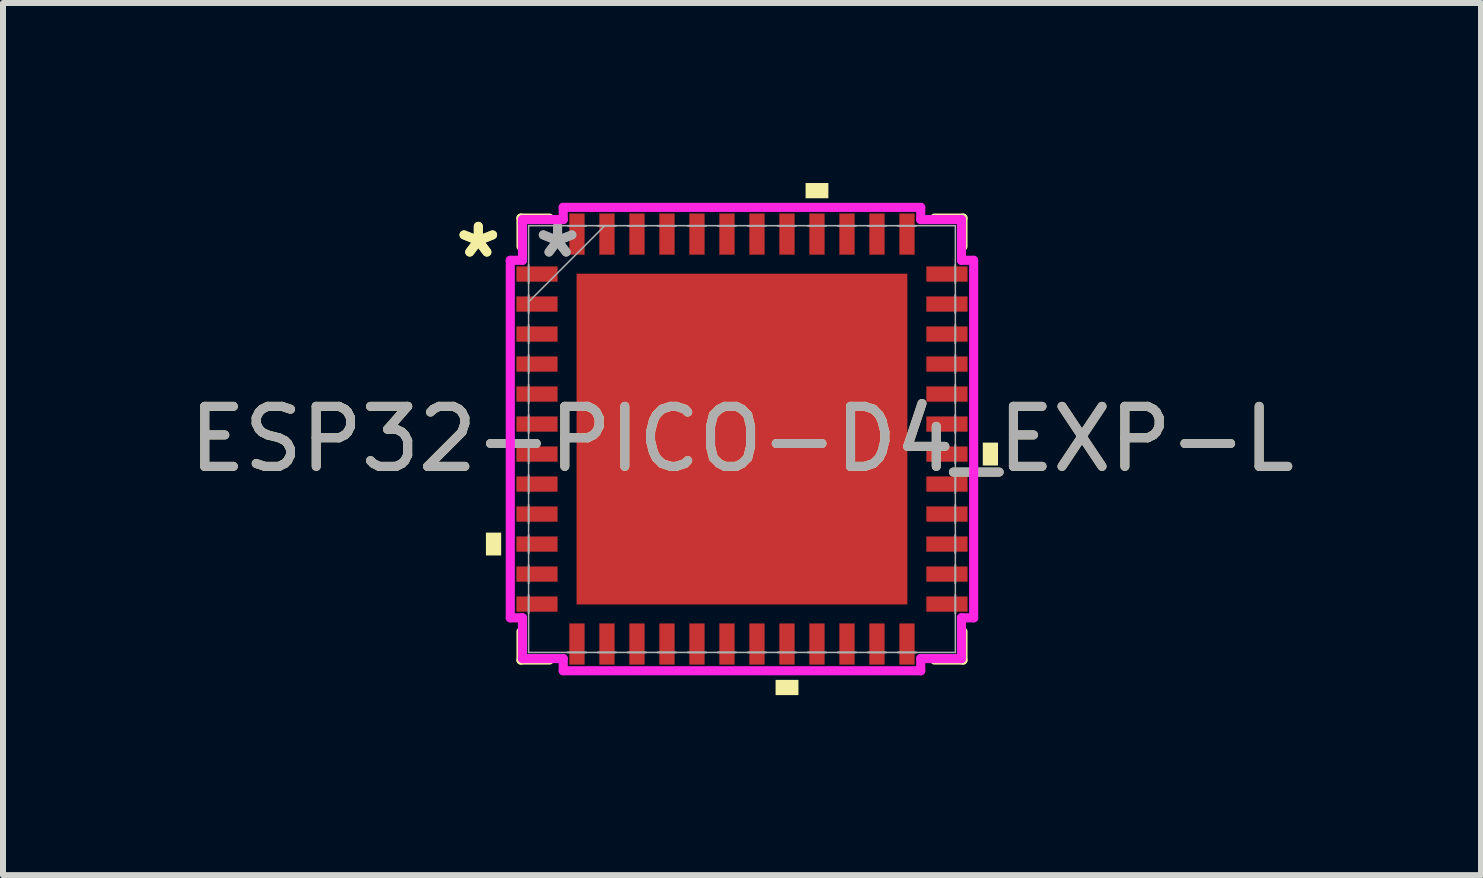
<source format=kicad_pcb>
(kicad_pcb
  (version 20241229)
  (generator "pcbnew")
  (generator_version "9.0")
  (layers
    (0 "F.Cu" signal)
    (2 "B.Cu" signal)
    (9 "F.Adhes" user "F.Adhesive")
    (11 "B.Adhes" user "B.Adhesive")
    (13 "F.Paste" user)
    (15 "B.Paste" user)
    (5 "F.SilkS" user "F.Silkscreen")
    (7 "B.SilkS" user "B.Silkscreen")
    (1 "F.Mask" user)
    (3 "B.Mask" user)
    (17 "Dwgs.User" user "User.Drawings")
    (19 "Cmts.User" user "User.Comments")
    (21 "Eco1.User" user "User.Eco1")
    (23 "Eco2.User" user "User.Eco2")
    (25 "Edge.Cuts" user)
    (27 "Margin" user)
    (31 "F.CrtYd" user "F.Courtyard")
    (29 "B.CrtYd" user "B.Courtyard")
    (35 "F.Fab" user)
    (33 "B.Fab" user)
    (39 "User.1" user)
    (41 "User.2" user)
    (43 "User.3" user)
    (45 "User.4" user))
  (footprint "ESP32-PICO-D4_EXP-L"
    (layer "F.Cu")
    (at 9.315 4.267)
    (property "Reference" "ESP32-PICO-D4_EXP-L" (at 0 0 0) (unlocked yes) (layer "F.SilkS") (effects (font (size 1 1) (thickness 0.15))))
    (attr smd)
    (fp_line (start -3.683 -3.683) (end -3.683 -3.21) (stroke (width 0.152) (type solid)) (layer "F.SilkS"))
    (fp_line (start -3.683 3.21) (end -3.683 3.683) (stroke (width 0.152) (type solid)) (layer "F.SilkS"))
    (fp_line (start -3.683 3.683) (end -3.21 3.683) (stroke (width 0.152) (type solid)) (layer "F.SilkS"))
    (fp_line (start -3.21 -3.683) (end -3.683 -3.683) (stroke (width 0.152) (type solid)) (layer "F.SilkS"))
    (fp_line (start 3.21 3.683) (end 3.683 3.683) (stroke (width 0.152) (type solid)) (layer "F.SilkS"))
    (fp_line (start 3.683 -3.683) (end 3.21 -3.683) (stroke (width 0.152) (type solid)) (layer "F.SilkS"))
    (fp_line (start 3.683 -3.21) (end 3.683 -3.683) (stroke (width 0.152) (type solid)) (layer "F.SilkS"))
    (fp_line (start 3.683 3.683) (end 3.683 3.21) (stroke (width 0.152) (type solid)) (layer "F.SilkS"))
    (fp_poly (pts (xy -4.267 1.559) (xy -4.267 1.94) (xy -4.013 1.94) (xy -4.013 1.559)) (stroke (width 0) (type solid)) (fill yes) (layer "F.SilkS"))
    (fp_poly (pts (xy 0.56 4.013) (xy 0.56 4.267) (xy 0.941 4.267) (xy 0.941 4.013)) (stroke (width 0) (type solid)) (fill yes) (layer "F.SilkS"))
    (fp_poly (pts (xy 1.06 -4.013) (xy 1.06 -4.267) (xy 1.44 -4.267) (xy 1.44 -4.013)) (stroke (width 0) (type solid)) (fill yes) (layer "F.SilkS"))
    (fp_poly (pts (xy 4.267 0.059) (xy 4.267 0.441) (xy 4.013 0.441) (xy 4.013 0.059)) (stroke (width 0) (type solid)) (fill yes) (layer "F.SilkS"))
    (fp_poly (pts (xy -2.656 -2.656) (xy -2.656 -1.478) (xy -1.478 -1.478) (xy -1.478 -2.656)) (stroke (width 0) (type solid)) (fill yes) (layer "F.Paste"))
    (fp_poly (pts (xy -2.656 -1.278) (xy -2.656 -0.1) (xy -1.478 -0.1) (xy -1.478 -1.278)) (stroke (width 0) (type solid)) (fill yes) (layer "F.Paste"))
    (fp_poly (pts (xy -2.656 0.1) (xy -2.656 1.278) (xy -1.478 1.278) (xy -1.478 0.1)) (stroke (width 0) (type solid)) (fill yes) (layer "F.Paste"))
    (fp_poly (pts (xy -2.656 1.478) (xy -2.656 2.656) (xy -1.478 2.656) (xy -1.478 1.478)) (stroke (width 0) (type solid)) (fill yes) (layer "F.Paste"))
    (fp_poly (pts (xy -1.278 -2.656) (xy -1.278 -1.478) (xy -0.1 -1.478) (xy -0.1 -2.656)) (stroke (width 0) (type solid)) (fill yes) (layer "F.Paste"))
    (fp_poly (pts (xy -1.278 -1.278) (xy -1.278 -0.1) (xy -0.1 -0.1) (xy -0.1 -1.278)) (stroke (width 0) (type solid)) (fill yes) (layer "F.Paste"))
    (fp_poly (pts (xy -1.278 0.1) (xy -1.278 1.278) (xy -0.1 1.278) (xy -0.1 0.1)) (stroke (width 0) (type solid)) (fill yes) (layer "F.Paste"))
    (fp_poly (pts (xy -1.278 1.478) (xy -1.278 2.656) (xy -0.1 2.656) (xy -0.1 1.478)) (stroke (width 0) (type solid)) (fill yes) (layer "F.Paste"))
    (fp_poly (pts (xy 0.1 -2.656) (xy 0.1 -1.478) (xy 1.278 -1.478) (xy 1.278 -2.656)) (stroke (width 0) (type solid)) (fill yes) (layer "F.Paste"))
    (fp_poly (pts (xy 0.1 -1.278) (xy 0.1 -0.1) (xy 1.278 -0.1) (xy 1.278 -1.278)) (stroke (width 0) (type solid)) (fill yes) (layer "F.Paste"))
    (fp_poly (pts (xy 0.1 0.1) (xy 0.1 1.278) (xy 1.278 1.278) (xy 1.278 0.1)) (stroke (width 0) (type solid)) (fill yes) (layer "F.Paste"))
    (fp_poly (pts (xy 0.1 1.478) (xy 0.1 2.656) (xy 1.278 2.656) (xy 1.278 1.478)) (stroke (width 0) (type solid)) (fill yes) (layer "F.Paste"))
    (fp_poly (pts (xy 1.478 -2.656) (xy 1.478 -1.478) (xy 2.656 -1.478) (xy 2.656 -2.656)) (stroke (width 0) (type solid)) (fill yes) (layer "F.Paste"))
    (fp_poly (pts (xy 1.478 -1.278) (xy 1.478 -0.1) (xy 2.656 -0.1) (xy 2.656 -1.278)) (stroke (width 0) (type solid)) (fill yes) (layer "F.Paste"))
    (fp_poly (pts (xy 1.478 0.1) (xy 1.478 1.278) (xy 2.656 1.278) (xy 2.656 0.1)) (stroke (width 0) (type solid)) (fill yes) (layer "F.Paste"))
    (fp_poly (pts (xy 1.478 1.478) (xy 1.478 2.656) (xy 2.656 2.656) (xy 2.656 1.478)) (stroke (width 0) (type solid)) (fill yes) (layer "F.Paste"))
    (fp_line (start -3.861 -2.979) (end -3.658 -2.979) (stroke (width 0.152) (type solid)) (layer "F.CrtYd"))
    (fp_line (start -3.861 2.979) (end -3.861 -2.979) (stroke (width 0.152) (type solid)) (layer "F.CrtYd"))
    (fp_line (start -3.658 -3.658) (end -2.979 -3.658) (stroke (width 0.152) (type solid)) (layer "F.CrtYd"))
    (fp_line (start -3.658 -2.979) (end -3.658 -3.658) (stroke (width 0.152) (type solid)) (layer "F.CrtYd"))
    (fp_line (start -3.658 2.979) (end -3.861 2.979) (stroke (width 0.152) (type solid)) (layer "F.CrtYd"))
    (fp_line (start -3.658 3.658) (end -3.658 2.979) (stroke (width 0.152) (type solid)) (layer "F.CrtYd"))
    (fp_line (start -2.979 -3.861) (end 2.979 -3.861) (stroke (width 0.152) (type solid)) (layer "F.CrtYd"))
    (fp_line (start -2.979 -3.658) (end -2.979 -3.861) (stroke (width 0.152) (type solid)) (layer "F.CrtYd"))
    (fp_line (start -2.979 3.658) (end -3.658 3.658) (stroke (width 0.152) (type solid)) (layer "F.CrtYd"))
    (fp_line (start -2.979 3.861) (end -2.979 3.658) (stroke (width 0.152) (type solid)) (layer "F.CrtYd"))
    (fp_line (start 2.979 -3.861) (end 2.979 -3.658) (stroke (width 0.152) (type solid)) (layer "F.CrtYd"))
    (fp_line (start 2.979 -3.658) (end 3.658 -3.658) (stroke (width 0.152) (type solid)) (layer "F.CrtYd"))
    (fp_line (start 2.979 3.658) (end 2.979 3.861) (stroke (width 0.152) (type solid)) (layer "F.CrtYd"))
    (fp_line (start 2.979 3.861) (end -2.979 3.861) (stroke (width 0.152) (type solid)) (layer "F.CrtYd"))
    (fp_line (start 3.658 -3.658) (end 3.658 -2.979) (stroke (width 0.152) (type solid)) (layer "F.CrtYd"))
    (fp_line (start 3.658 -2.979) (end 3.861 -2.979) (stroke (width 0.152) (type solid)) (layer "F.CrtYd"))
    (fp_line (start 3.658 2.979) (end 3.658 3.658) (stroke (width 0.152) (type solid)) (layer "F.CrtYd"))
    (fp_line (start 3.658 3.658) (end 2.979 3.658) (stroke (width 0.152) (type solid)) (layer "F.CrtYd"))
    (fp_line (start 3.861 -2.979) (end 3.861 2.979) (stroke (width 0.152) (type solid)) (layer "F.CrtYd"))
    (fp_line (start 3.861 2.979) (end 3.658 2.979) (stroke (width 0.152) (type solid)) (layer "F.CrtYd"))
    (fp_line (start -3.556 -3.556) (end -3.556 -3.556) (stroke (width 0.025) (type solid)) (layer "F.Fab"))
    (fp_line (start -3.556 -3.556) (end -3.556 3.556) (stroke (width 0.025) (type solid)) (layer "F.Fab"))
    (fp_line (start -3.556 -2.902) (end -3.556 -2.902) (stroke (width 0.025) (type solid)) (layer "F.Fab"))
    (fp_line (start -3.556 -2.902) (end -3.556 -2.598) (stroke (width 0.025) (type solid)) (layer "F.Fab"))
    (fp_line (start -3.556 -2.598) (end -3.556 -2.902) (stroke (width 0.025) (type solid)) (layer "F.Fab"))
    (fp_line (start -3.556 -2.598) (end -3.556 -2.598) (stroke (width 0.025) (type solid)) (layer "F.Fab"))
    (fp_line (start -3.556 -2.402) (end -3.556 -2.402) (stroke (width 0.025) (type solid)) (layer "F.Fab"))
    (fp_line (start -3.556 -2.402) (end -3.556 -2.098) (stroke (width 0.025) (type solid)) (layer "F.Fab"))
    (fp_line (start -3.556 -2.286) (end -2.286 -3.556) (stroke (width 0.025) (type solid)) (layer "F.Fab"))
    (fp_line (start -3.556 -2.098) (end -3.556 -2.402) (stroke (width 0.025) (type solid)) (layer "F.Fab"))
    (fp_line (start -3.556 -2.098) (end -3.556 -2.098) (stroke (width 0.025) (type solid)) (layer "F.Fab"))
    (fp_line (start -3.556 -1.902) (end -3.556 -1.902) (stroke (width 0.025) (type solid)) (layer "F.Fab"))
    (fp_line (start -3.556 -1.902) (end -3.556 -1.598) (stroke (width 0.025) (type solid)) (layer "F.Fab"))
    (fp_line (start -3.556 -1.598) (end -3.556 -1.902) (stroke (width 0.025) (type solid)) (layer "F.Fab"))
    (fp_line (start -3.556 -1.598) (end -3.556 -1.598) (stroke (width 0.025) (type solid)) (layer "F.Fab"))
    (fp_line (start -3.556 -1.402) (end -3.556 -1.402) (stroke (width 0.025) (type solid)) (layer "F.Fab"))
    (fp_line (start -3.556 -1.402) (end -3.556 -1.098) (stroke (width 0.025) (type solid)) (layer "F.Fab"))
    (fp_line (start -3.556 -1.098) (end -3.556 -1.402) (stroke (width 0.025) (type solid)) (layer "F.Fab"))
    (fp_line (start -3.556 -1.098) (end -3.556 -1.098) (stroke (width 0.025) (type solid)) (layer "F.Fab"))
    (fp_line (start -3.556 -0.902) (end -3.556 -0.902) (stroke (width 0.025) (type solid)) (layer "F.Fab"))
    (fp_line (start -3.556 -0.902) (end -3.556 -0.598) (stroke (width 0.025) (type solid)) (layer "F.Fab"))
    (fp_line (start -3.556 -0.598) (end -3.556 -0.902) (stroke (width 0.025) (type solid)) (layer "F.Fab"))
    (fp_line (start -3.556 -0.598) (end -3.556 -0.598) (stroke (width 0.025) (type solid)) (layer "F.Fab"))
    (fp_line (start -3.556 -0.402) (end -3.556 -0.402) (stroke (width 0.025) (type solid)) (layer "F.Fab"))
    (fp_line (start -3.556 -0.402) (end -3.556 -0.098) (stroke (width 0.025) (type solid)) (layer "F.Fab"))
    (fp_line (start -3.556 -0.098) (end -3.556 -0.402) (stroke (width 0.025) (type solid)) (layer "F.Fab"))
    (fp_line (start -3.556 -0.098) (end -3.556 -0.098) (stroke (width 0.025) (type solid)) (layer "F.Fab"))
    (fp_line (start -3.556 0.098) (end -3.556 0.098) (stroke (width 0.025) (type solid)) (layer "F.Fab"))
    (fp_line (start -3.556 0.098) (end -3.556 0.402) (stroke (width 0.025) (type solid)) (layer "F.Fab"))
    (fp_line (start -3.556 0.402) (end -3.556 0.098) (stroke (width 0.025) (type solid)) (layer "F.Fab"))
    (fp_line (start -3.556 0.402) (end -3.556 0.402) (stroke (width 0.025) (type solid)) (layer "F.Fab"))
    (fp_line (start -3.556 0.598) (end -3.556 0.598) (stroke (width 0.025) (type solid)) (layer "F.Fab"))
    (fp_line (start -3.556 0.598) (end -3.556 0.902) (stroke (width 0.025) (type solid)) (layer "F.Fab"))
    (fp_line (start -3.556 0.902) (end -3.556 0.598) (stroke (width 0.025) (type solid)) (layer "F.Fab"))
    (fp_line (start -3.556 0.902) (end -3.556 0.902) (stroke (width 0.025) (type solid)) (layer "F.Fab"))
    (fp_line (start -3.556 1.098) (end -3.556 1.098) (stroke (width 0.025) (type solid)) (layer "F.Fab"))
    (fp_line (start -3.556 1.098) (end -3.556 1.402) (stroke (width 0.025) (type solid)) (layer "F.Fab"))
    (fp_line (start -3.556 1.402) (end -3.556 1.098) (stroke (width 0.025) (type solid)) (layer "F.Fab"))
    (fp_line (start -3.556 1.402) (end -3.556 1.402) (stroke (width 0.025) (type solid)) (layer "F.Fab"))
    (fp_line (start -3.556 1.598) (end -3.556 1.598) (stroke (width 0.025) (type solid)) (layer "F.Fab"))
    (fp_line (start -3.556 1.598) (end -3.556 1.902) (stroke (width 0.025) (type solid)) (layer "F.Fab"))
    (fp_line (start -3.556 1.902) (end -3.556 1.598) (stroke (width 0.025) (type solid)) (layer "F.Fab"))
    (fp_line (start -3.556 1.902) (end -3.556 1.902) (stroke (width 0.025) (type solid)) (layer "F.Fab"))
    (fp_line (start -3.556 2.098) (end -3.556 2.098) (stroke (width 0.025) (type solid)) (layer "F.Fab"))
    (fp_line (start -3.556 2.098) (end -3.556 2.402) (stroke (width 0.025) (type solid)) (layer "F.Fab"))
    (fp_line (start -3.556 2.402) (end -3.556 2.098) (stroke (width 0.025) (type solid)) (layer "F.Fab"))
    (fp_line (start -3.556 2.402) (end -3.556 2.402) (stroke (width 0.025) (type solid)) (layer "F.Fab"))
    (fp_line (start -3.556 2.598) (end -3.556 2.598) (stroke (width 0.025) (type solid)) (layer "F.Fab"))
    (fp_line (start -3.556 2.598) (end -3.556 2.902) (stroke (width 0.025) (type solid)) (layer "F.Fab"))
    (fp_line (start -3.556 2.902) (end -3.556 2.598) (stroke (width 0.025) (type solid)) (layer "F.Fab"))
    (fp_line (start -3.556 2.902) (end -3.556 2.902) (stroke (width 0.025) (type solid)) (layer "F.Fab"))
    (fp_line (start -3.556 3.556) (end -3.556 3.556) (stroke (width 0.025) (type solid)) (layer "F.Fab"))
    (fp_line (start -3.556 3.556) (end 3.556 3.556) (stroke (width 0.025) (type solid)) (layer "F.Fab"))
    (fp_line (start -2.902 -3.556) (end -2.902 -3.556) (stroke (width 0.025) (type solid)) (layer "F.Fab"))
    (fp_line (start -2.902 -3.556) (end -2.598 -3.556) (stroke (width 0.025) (type solid)) (layer "F.Fab"))
    (fp_line (start -2.902 3.556) (end -2.902 3.556) (stroke (width 0.025) (type solid)) (layer "F.Fab"))
    (fp_line (start -2.902 3.556) (end -2.598 3.556) (stroke (width 0.025) (type solid)) (layer "F.Fab"))
    (fp_line (start -2.598 -3.556) (end -2.902 -3.556) (stroke (width 0.025) (type solid)) (layer "F.Fab"))
    (fp_line (start -2.598 -3.556) (end -2.598 -3.556) (stroke (width 0.025) (type solid)) (layer "F.Fab"))
    (fp_line (start -2.598 3.556) (end -2.902 3.556) (stroke (width 0.025) (type solid)) (layer "F.Fab"))
    (fp_line (start -2.598 3.556) (end -2.598 3.556) (stroke (width 0.025) (type solid)) (layer "F.Fab"))
    (fp_line (start -2.402 -3.556) (end -2.402 -3.556) (stroke (width 0.025) (type solid)) (layer "F.Fab"))
    (fp_line (start -2.402 -3.556) (end -2.098 -3.556) (stroke (width 0.025) (type solid)) (layer "F.Fab"))
    (fp_line (start -2.402 3.556) (end -2.402 3.556) (stroke (width 0.025) (type solid)) (layer "F.Fab"))
    (fp_line (start -2.402 3.556) (end -2.098 3.556) (stroke (width 0.025) (type solid)) (layer "F.Fab"))
    (fp_line (start -2.098 -3.556) (end -2.402 -3.556) (stroke (width 0.025) (type solid)) (layer "F.Fab"))
    (fp_line (start -2.098 -3.556) (end -2.098 -3.556) (stroke (width 0.025) (type solid)) (layer "F.Fab"))
    (fp_line (start -2.098 3.556) (end -2.402 3.556) (stroke (width 0.025) (type solid)) (layer "F.Fab"))
    (fp_line (start -2.098 3.556) (end -2.098 3.556) (stroke (width 0.025) (type solid)) (layer "F.Fab"))
    (fp_line (start -1.902 -3.556) (end -1.902 -3.556) (stroke (width 0.025) (type solid)) (layer "F.Fab"))
    (fp_line (start -1.902 -3.556) (end -1.598 -3.556) (stroke (width 0.025) (type solid)) (layer "F.Fab"))
    (fp_line (start -1.902 3.556) (end -1.902 3.556) (stroke (width 0.025) (type solid)) (layer "F.Fab"))
    (fp_line (start -1.902 3.556) (end -1.598 3.556) (stroke (width 0.025) (type solid)) (layer "F.Fab"))
    (fp_line (start -1.598 -3.556) (end -1.902 -3.556) (stroke (width 0.025) (type solid)) (layer "F.Fab"))
    (fp_line (start -1.598 -3.556) (end -1.598 -3.556) (stroke (width 0.025) (type solid)) (layer "F.Fab"))
    (fp_line (start -1.598 3.556) (end -1.902 3.556) (stroke (width 0.025) (type solid)) (layer "F.Fab"))
    (fp_line (start -1.598 3.556) (end -1.598 3.556) (stroke (width 0.025) (type solid)) (layer "F.Fab"))
    (fp_line (start -1.402 -3.556) (end -1.402 -3.556) (stroke (width 0.025) (type solid)) (layer "F.Fab"))
    (fp_line (start -1.402 -3.556) (end -1.098 -3.556) (stroke (width 0.025) (type solid)) (layer "F.Fab"))
    (fp_line (start -1.402 3.556) (end -1.402 3.556) (stroke (width 0.025) (type solid)) (layer "F.Fab"))
    (fp_line (start -1.402 3.556) (end -1.098 3.556) (stroke (width 0.025) (type solid)) (layer "F.Fab"))
    (fp_line (start -1.098 -3.556) (end -1.402 -3.556) (stroke (width 0.025) (type solid)) (layer "F.Fab"))
    (fp_line (start -1.098 -3.556) (end -1.098 -3.556) (stroke (width 0.025) (type solid)) (layer "F.Fab"))
    (fp_line (start -1.098 3.556) (end -1.402 3.556) (stroke (width 0.025) (type solid)) (layer "F.Fab"))
    (fp_line (start -1.098 3.556) (end -1.098 3.556) (stroke (width 0.025) (type solid)) (layer "F.Fab"))
    (fp_line (start -0.902 -3.556) (end -0.902 -3.556) (stroke (width 0.025) (type solid)) (layer "F.Fab"))
    (fp_line (start -0.902 -3.556) (end -0.598 -3.556) (stroke (width 0.025) (type solid)) (layer "F.Fab"))
    (fp_line (start -0.902 3.556) (end -0.902 3.556) (stroke (width 0.025) (type solid)) (layer "F.Fab"))
    (fp_line (start -0.902 3.556) (end -0.598 3.556) (stroke (width 0.025) (type solid)) (layer "F.Fab"))
    (fp_line (start -0.598 -3.556) (end -0.902 -3.556) (stroke (width 0.025) (type solid)) (layer "F.Fab"))
    (fp_line (start -0.598 -3.556) (end -0.598 -3.556) (stroke (width 0.025) (type solid)) (layer "F.Fab"))
    (fp_line (start -0.598 3.556) (end -0.902 3.556) (stroke (width 0.025) (type solid)) (layer "F.Fab"))
    (fp_line (start -0.598 3.556) (end -0.598 3.556) (stroke (width 0.025) (type solid)) (layer "F.Fab"))
    (fp_line (start -0.402 -3.556) (end -0.402 -3.556) (stroke (width 0.025) (type solid)) (layer "F.Fab"))
    (fp_line (start -0.402 -3.556) (end -0.098 -3.556) (stroke (width 0.025) (type solid)) (layer "F.Fab"))
    (fp_line (start -0.402 3.556) (end -0.402 3.556) (stroke (width 0.025) (type solid)) (layer "F.Fab"))
    (fp_line (start -0.402 3.556) (end -0.098 3.556) (stroke (width 0.025) (type solid)) (layer "F.Fab"))
    (fp_line (start -0.098 -3.556) (end -0.402 -3.556) (stroke (width 0.025) (type solid)) (layer "F.Fab"))
    (fp_line (start -0.098 -3.556) (end -0.098 -3.556) (stroke (width 0.025) (type solid)) (layer "F.Fab"))
    (fp_line (start -0.098 3.556) (end -0.402 3.556) (stroke (width 0.025) (type solid)) (layer "F.Fab"))
    (fp_line (start -0.098 3.556) (end -0.098 3.556) (stroke (width 0.025) (type solid)) (layer "F.Fab"))
    (fp_line (start 0.098 -3.556) (end 0.098 -3.556) (stroke (width 0.025) (type solid)) (layer "F.Fab"))
    (fp_line (start 0.098 -3.556) (end 0.402 -3.556) (stroke (width 0.025) (type solid)) (layer "F.Fab"))
    (fp_line (start 0.098 3.556) (end 0.098 3.556) (stroke (width 0.025) (type solid)) (layer "F.Fab"))
    (fp_line (start 0.098 3.556) (end 0.402 3.556) (stroke (width 0.025) (type solid)) (layer "F.Fab"))
    (fp_line (start 0.402 -3.556) (end 0.098 -3.556) (stroke (width 0.025) (type solid)) (layer "F.Fab"))
    (fp_line (start 0.402 -3.556) (end 0.402 -3.556) (stroke (width 0.025) (type solid)) (layer "F.Fab"))
    (fp_line (start 0.402 3.556) (end 0.098 3.556) (stroke (width 0.025) (type solid)) (layer "F.Fab"))
    (fp_line (start 0.402 3.556) (end 0.402 3.556) (stroke (width 0.025) (type solid)) (layer "F.Fab"))
    (fp_line (start 0.598 -3.556) (end 0.598 -3.556) (stroke (width 0.025) (type solid)) (layer "F.Fab"))
    (fp_line (start 0.598 -3.556) (end 0.902 -3.556) (stroke (width 0.025) (type solid)) (layer "F.Fab"))
    (fp_line (start 0.598 3.556) (end 0.598 3.556) (stroke (width 0.025) (type solid)) (layer "F.Fab"))
    (fp_line (start 0.598 3.556) (end 0.902 3.556) (stroke (width 0.025) (type solid)) (layer "F.Fab"))
    (fp_line (start 0.902 -3.556) (end 0.598 -3.556) (stroke (width 0.025) (type solid)) (layer "F.Fab"))
    (fp_line (start 0.902 -3.556) (end 0.902 -3.556) (stroke (width 0.025) (type solid)) (layer "F.Fab"))
    (fp_line (start 0.902 3.556) (end 0.598 3.556) (stroke (width 0.025) (type solid)) (layer "F.Fab"))
    (fp_line (start 0.902 3.556) (end 0.902 3.556) (stroke (width 0.025) (type solid)) (layer "F.Fab"))
    (fp_line (start 1.098 -3.556) (end 1.098 -3.556) (stroke (width 0.025) (type solid)) (layer "F.Fab"))
    (fp_line (start 1.098 -3.556) (end 1.402 -3.556) (stroke (width 0.025) (type solid)) (layer "F.Fab"))
    (fp_line (start 1.098 3.556) (end 1.098 3.556) (stroke (width 0.025) (type solid)) (layer "F.Fab"))
    (fp_line (start 1.098 3.556) (end 1.402 3.556) (stroke (width 0.025) (type solid)) (layer "F.Fab"))
    (fp_line (start 1.402 -3.556) (end 1.098 -3.556) (stroke (width 0.025) (type solid)) (layer "F.Fab"))
    (fp_line (start 1.402 -3.556) (end 1.402 -3.556) (stroke (width 0.025) (type solid)) (layer "F.Fab"))
    (fp_line (start 1.402 3.556) (end 1.098 3.556) (stroke (width 0.025) (type solid)) (layer "F.Fab"))
    (fp_line (start 1.402 3.556) (end 1.402 3.556) (stroke (width 0.025) (type solid)) (layer "F.Fab"))
    (fp_line (start 1.598 -3.556) (end 1.598 -3.556) (stroke (width 0.025) (type solid)) (layer "F.Fab"))
    (fp_line (start 1.598 -3.556) (end 1.902 -3.556) (stroke (width 0.025) (type solid)) (layer "F.Fab"))
    (fp_line (start 1.598 3.556) (end 1.598 3.556) (stroke (width 0.025) (type solid)) (layer "F.Fab"))
    (fp_line (start 1.598 3.556) (end 1.902 3.556) (stroke (width 0.025) (type solid)) (layer "F.Fab"))
    (fp_line (start 1.902 -3.556) (end 1.598 -3.556) (stroke (width 0.025) (type solid)) (layer "F.Fab"))
    (fp_line (start 1.902 -3.556) (end 1.902 -3.556) (stroke (width 0.025) (type solid)) (layer "F.Fab"))
    (fp_line (start 1.902 3.556) (end 1.598 3.556) (stroke (width 0.025) (type solid)) (layer "F.Fab"))
    (fp_line (start 1.902 3.556) (end 1.902 3.556) (stroke (width 0.025) (type solid)) (layer "F.Fab"))
    (fp_line (start 2.098 -3.556) (end 2.098 -3.556) (stroke (width 0.025) (type solid)) (layer "F.Fab"))
    (fp_line (start 2.098 -3.556) (end 2.402 -3.556) (stroke (width 0.025) (type solid)) (layer "F.Fab"))
    (fp_line (start 2.098 3.556) (end 2.098 3.556) (stroke (width 0.025) (type solid)) (layer "F.Fab"))
    (fp_line (start 2.098 3.556) (end 2.402 3.556) (stroke (width 0.025) (type solid)) (layer "F.Fab"))
    (fp_line (start 2.402 -3.556) (end 2.098 -3.556) (stroke (width 0.025) (type solid)) (layer "F.Fab"))
    (fp_line (start 2.402 -3.556) (end 2.402 -3.556) (stroke (width 0.025) (type solid)) (layer "F.Fab"))
    (fp_line (start 2.402 3.556) (end 2.098 3.556) (stroke (width 0.025) (type solid)) (layer "F.Fab"))
    (fp_line (start 2.402 3.556) (end 2.402 3.556) (stroke (width 0.025) (type solid)) (layer "F.Fab"))
    (fp_line (start 2.598 -3.556) (end 2.598 -3.556) (stroke (width 0.025) (type solid)) (layer "F.Fab"))
    (fp_line (start 2.598 -3.556) (end 2.902 -3.556) (stroke (width 0.025) (type solid)) (layer "F.Fab"))
    (fp_line (start 2.598 3.556) (end 2.598 3.556) (stroke (width 0.025) (type solid)) (layer "F.Fab"))
    (fp_line (start 2.598 3.556) (end 2.902 3.556) (stroke (width 0.025) (type solid)) (layer "F.Fab"))
    (fp_line (start 2.902 -3.556) (end 2.598 -3.556) (stroke (width 0.025) (type solid)) (layer "F.Fab"))
    (fp_line (start 2.902 -3.556) (end 2.902 -3.556) (stroke (width 0.025) (type solid)) (layer "F.Fab"))
    (fp_line (start 2.902 3.556) (end 2.598 3.556) (stroke (width 0.025) (type solid)) (layer "F.Fab"))
    (fp_line (start 2.902 3.556) (end 2.902 3.556) (stroke (width 0.025) (type solid)) (layer "F.Fab"))
    (fp_line (start 3.556 -3.556) (end -3.556 -3.556) (stroke (width 0.025) (type solid)) (layer "F.Fab"))
    (fp_line (start 3.556 -3.556) (end 3.556 -3.556) (stroke (width 0.025) (type solid)) (layer "F.Fab"))
    (fp_line (start 3.556 -2.902) (end 3.556 -2.902) (stroke (width 0.025) (type solid)) (layer "F.Fab"))
    (fp_line (start 3.556 -2.902) (end 3.556 -2.598) (stroke (width 0.025) (type solid)) (layer "F.Fab"))
    (fp_line (start 3.556 -2.598) (end 3.556 -2.902) (stroke (width 0.025) (type solid)) (layer "F.Fab"))
    (fp_line (start 3.556 -2.598) (end 3.556 -2.598) (stroke (width 0.025) (type solid)) (layer "F.Fab"))
    (fp_line (start 3.556 -2.402) (end 3.556 -2.402) (stroke (width 0.025) (type solid)) (layer "F.Fab"))
    (fp_line (start 3.556 -2.402) (end 3.556 -2.098) (stroke (width 0.025) (type solid)) (layer "F.Fab"))
    (fp_line (start 3.556 -2.098) (end 3.556 -2.402) (stroke (width 0.025) (type solid)) (layer "F.Fab"))
    (fp_line (start 3.556 -2.098) (end 3.556 -2.098) (stroke (width 0.025) (type solid)) (layer "F.Fab"))
    (fp_line (start 3.556 -1.902) (end 3.556 -1.902) (stroke (width 0.025) (type solid)) (layer "F.Fab"))
    (fp_line (start 3.556 -1.902) (end 3.556 -1.598) (stroke (width 0.025) (type solid)) (layer "F.Fab"))
    (fp_line (start 3.556 -1.598) (end 3.556 -1.902) (stroke (width 0.025) (type solid)) (layer "F.Fab"))
    (fp_line (start 3.556 -1.598) (end 3.556 -1.598) (stroke (width 0.025) (type solid)) (layer "F.Fab"))
    (fp_line (start 3.556 -1.402) (end 3.556 -1.402) (stroke (width 0.025) (type solid)) (layer "F.Fab"))
    (fp_line (start 3.556 -1.402) (end 3.556 -1.098) (stroke (width 0.025) (type solid)) (layer "F.Fab"))
    (fp_line (start 3.556 -1.098) (end 3.556 -1.402) (stroke (width 0.025) (type solid)) (layer "F.Fab"))
    (fp_line (start 3.556 -1.098) (end 3.556 -1.098) (stroke (width 0.025) (type solid)) (layer "F.Fab"))
    (fp_line (start 3.556 -0.902) (end 3.556 -0.902) (stroke (width 0.025) (type solid)) (layer "F.Fab"))
    (fp_line (start 3.556 -0.902) (end 3.556 -0.598) (stroke (width 0.025) (type solid)) (layer "F.Fab"))
    (fp_line (start 3.556 -0.598) (end 3.556 -0.902) (stroke (width 0.025) (type solid)) (layer "F.Fab"))
    (fp_line (start 3.556 -0.598) (end 3.556 -0.598) (stroke (width 0.025) (type solid)) (layer "F.Fab"))
    (fp_line (start 3.556 -0.402) (end 3.556 -0.402) (stroke (width 0.025) (type solid)) (layer "F.Fab"))
    (fp_line (start 3.556 -0.402) (end 3.556 -0.098) (stroke (width 0.025) (type solid)) (layer "F.Fab"))
    (fp_line (start 3.556 -0.098) (end 3.556 -0.402) (stroke (width 0.025) (type solid)) (layer "F.Fab"))
    (fp_line (start 3.556 -0.098) (end 3.556 -0.098) (stroke (width 0.025) (type solid)) (layer "F.Fab"))
    (fp_line (start 3.556 0.098) (end 3.556 0.098) (stroke (width 0.025) (type solid)) (layer "F.Fab"))
    (fp_line (start 3.556 0.098) (end 3.556 0.402) (stroke (width 0.025) (type solid)) (layer "F.Fab"))
    (fp_line (start 3.556 0.402) (end 3.556 0.098) (stroke (width 0.025) (type solid)) (layer "F.Fab"))
    (fp_line (start 3.556 0.402) (end 3.556 0.402) (stroke (width 0.025) (type solid)) (layer "F.Fab"))
    (fp_line (start 3.556 0.598) (end 3.556 0.598) (stroke (width 0.025) (type solid)) (layer "F.Fab"))
    (fp_line (start 3.556 0.598) (end 3.556 0.902) (stroke (width 0.025) (type solid)) (layer "F.Fab"))
    (fp_line (start 3.556 0.902) (end 3.556 0.598) (stroke (width 0.025) (type solid)) (layer "F.Fab"))
    (fp_line (start 3.556 0.902) (end 3.556 0.902) (stroke (width 0.025) (type solid)) (layer "F.Fab"))
    (fp_line (start 3.556 1.098) (end 3.556 1.098) (stroke (width 0.025) (type solid)) (layer "F.Fab"))
    (fp_line (start 3.556 1.098) (end 3.556 1.402) (stroke (width 0.025) (type solid)) (layer "F.Fab"))
    (fp_line (start 3.556 1.402) (end 3.556 1.098) (stroke (width 0.025) (type solid)) (layer "F.Fab"))
    (fp_line (start 3.556 1.402) (end 3.556 1.402) (stroke (width 0.025) (type solid)) (layer "F.Fab"))
    (fp_line (start 3.556 1.598) (end 3.556 1.598) (stroke (width 0.025) (type solid)) (layer "F.Fab"))
    (fp_line (start 3.556 1.598) (end 3.556 1.902) (stroke (width 0.025) (type solid)) (layer "F.Fab"))
    (fp_line (start 3.556 1.902) (end 3.556 1.598) (stroke (width 0.025) (type solid)) (layer "F.Fab"))
    (fp_line (start 3.556 1.902) (end 3.556 1.902) (stroke (width 0.025) (type solid)) (layer "F.Fab"))
    (fp_line (start 3.556 2.098) (end 3.556 2.098) (stroke (width 0.025) (type solid)) (layer "F.Fab"))
    (fp_line (start 3.556 2.098) (end 3.556 2.402) (stroke (width 0.025) (type solid)) (layer "F.Fab"))
    (fp_line (start 3.556 2.402) (end 3.556 2.098) (stroke (width 0.025) (type solid)) (layer "F.Fab"))
    (fp_line (start 3.556 2.402) (end 3.556 2.402) (stroke (width 0.025) (type solid)) (layer "F.Fab"))
    (fp_line (start 3.556 2.598) (end 3.556 2.598) (stroke (width 0.025) (type solid)) (layer "F.Fab"))
    (fp_line (start 3.556 2.598) (end 3.556 2.902) (stroke (width 0.025) (type solid)) (layer "F.Fab"))
    (fp_line (start 3.556 2.902) (end 3.556 2.598) (stroke (width 0.025) (type solid)) (layer "F.Fab"))
    (fp_line (start 3.556 2.902) (end 3.556 2.902) (stroke (width 0.025) (type solid)) (layer "F.Fab"))
    (fp_line (start 3.556 3.556) (end 3.556 -3.556) (stroke (width 0.025) (type solid)) (layer "F.Fab"))
    (fp_line (start 3.556 3.556) (end 3.556 3.556) (stroke (width 0.025) (type solid)) (layer "F.Fab"))
    (fp_text user "*" (at -4.394 -3 0) (layer "F.SilkS") (effects (font (size 1 1) (thickness 0.15))))
    (fp_text user "*" (at -4.394 -3 0) (unlocked yes) (layer "F.SilkS") (effects (font (size 1 1) (thickness 0.15))))
    (fp_text user "${REFERENCE}" (at 0 0 0) (unlocked yes) (layer "F.Fab") (effects (font (size 1 1) (thickness 0.15))))
    (fp_text user "*" (at -3.073 -3 0) (layer "F.Fab") (effects (font (size 1 1) (thickness 0.15))))
    (fp_text user "*" (at -3.073 -3 0) (unlocked yes) (layer "F.Fab") (effects (font (size 1 1) (thickness 0.15))))
    (pad "1" smd rect (at -3.416 -2.75 90) (size 0.254 0.686) (layers "F.Cu" "F.Mask" "F.Paste"))
    (pad "2" smd rect (at -3.416 -2.25 90) (size 0.254 0.686) (layers "F.Cu" "F.Mask" "F.Paste"))
    (pad "3" smd rect (at -3.416 -1.75 90) (size 0.254 0.686) (layers "F.Cu" "F.Mask" "F.Paste"))
    (pad "4" smd rect (at -3.416 -1.25 90) (size 0.254 0.686) (layers "F.Cu" "F.Mask" "F.Paste"))
    (pad "5" smd rect (at -3.416 -0.75 90) (size 0.254 0.686) (layers "F.Cu" "F.Mask" "F.Paste"))
    (pad "6" smd rect (at -3.416 -0.25 90) (size 0.254 0.686) (layers "F.Cu" "F.Mask" "F.Paste"))
    (pad "7" smd rect (at -3.416 0.25 90) (size 0.254 0.686) (layers "F.Cu" "F.Mask" "F.Paste"))
    (pad "8" smd rect (at -3.416 0.75 90) (size 0.254 0.686) (layers "F.Cu" "F.Mask" "F.Paste"))
    (pad "9" smd rect (at -3.416 1.25 90) (size 0.254 0.686) (layers "F.Cu" "F.Mask" "F.Paste"))
    (pad "10" smd rect (at -3.416 1.75 90) (size 0.254 0.686) (layers "F.Cu" "F.Mask" "F.Paste"))
    (pad "11" smd rect (at -3.416 2.25 90) (size 0.254 0.686) (layers "F.Cu" "F.Mask" "F.Paste"))
    (pad "12" smd rect (at -3.416 2.75 90) (size 0.254 0.686) (layers "F.Cu" "F.Mask" "F.Paste"))
    (pad "13" smd rect (at -2.75 3.416) (size 0.254 0.686) (layers "F.Cu" "F.Mask" "F.Paste"))
    (pad "14" smd rect (at -2.25 3.416) (size 0.254 0.686) (layers "F.Cu" "F.Mask" "F.Paste"))
    (pad "15" smd rect (at -1.75 3.416) (size 0.254 0.686) (layers "F.Cu" "F.Mask" "F.Paste"))
    (pad "16" smd rect (at -1.25 3.416) (size 0.254 0.686) (layers "F.Cu" "F.Mask" "F.Paste"))
    (pad "17" smd rect (at -0.75 3.416) (size 0.254 0.686) (layers "F.Cu" "F.Mask" "F.Paste"))
    (pad "18" smd rect (at -0.25 3.416) (size 0.254 0.686) (layers "F.Cu" "F.Mask" "F.Paste"))
    (pad "19" smd rect (at 0.25 3.416) (size 0.254 0.686) (layers "F.Cu" "F.Mask" "F.Paste"))
    (pad "20" smd rect (at 0.75 3.416) (size 0.254 0.686) (layers "F.Cu" "F.Mask" "F.Paste"))
    (pad "21" smd rect (at 1.25 3.416) (size 0.254 0.686) (layers "F.Cu" "F.Mask" "F.Paste"))
    (pad "22" smd rect (at 1.75 3.416) (size 0.254 0.686) (layers "F.Cu" "F.Mask" "F.Paste"))
    (pad "23" smd rect (at 2.25 3.416) (size 0.254 0.686) (layers "F.Cu" "F.Mask" "F.Paste"))
    (pad "24" smd rect (at 2.75 3.416) (size 0.254 0.686) (layers "F.Cu" "F.Mask" "F.Paste"))
    (pad "25" smd rect (at 3.416 2.75 90) (size 0.254 0.686) (layers "F.Cu" "F.Mask" "F.Paste"))
    (pad "26" smd rect (at 3.416 2.25 90) (size 0.254 0.686) (layers "F.Cu" "F.Mask" "F.Paste"))
    (pad "27" smd rect (at 3.416 1.75 90) (size 0.254 0.686) (layers "F.Cu" "F.Mask" "F.Paste"))
    (pad "28" smd rect (at 3.416 1.25 90) (size 0.254 0.686) (layers "F.Cu" "F.Mask" "F.Paste"))
    (pad "29" smd rect (at 3.416 0.75 90) (size 0.254 0.686) (layers "F.Cu" "F.Mask" "F.Paste"))
    (pad "30" smd rect (at 3.416 0.25 90) (size 0.254 0.686) (layers "F.Cu" "F.Mask" "F.Paste"))
    (pad "31" smd rect (at 3.416 -0.25 90) (size 0.254 0.686) (layers "F.Cu" "F.Mask" "F.Paste"))
    (pad "32" smd rect (at 3.416 -0.75 90) (size 0.254 0.686) (layers "F.Cu" "F.Mask" "F.Paste"))
    (pad "33" smd rect (at 3.416 -1.25 90) (size 0.254 0.686) (layers "F.Cu" "F.Mask" "F.Paste"))
    (pad "34" smd rect (at 3.416 -1.75 90) (size 0.254 0.686) (layers "F.Cu" "F.Mask" "F.Paste"))
    (pad "35" smd rect (at 3.416 -2.25 90) (size 0.254 0.686) (layers "F.Cu" "F.Mask" "F.Paste"))
    (pad "36" smd rect (at 3.416 -2.75 90) (size 0.254 0.686) (layers "F.Cu" "F.Mask" "F.Paste"))
    (pad "37" smd rect (at 2.75 -3.416) (size 0.254 0.686) (layers "F.Cu" "F.Mask" "F.Paste"))
    (pad "38" smd rect (at 2.25 -3.416) (size 0.254 0.686) (layers "F.Cu" "F.Mask" "F.Paste"))
    (pad "39" smd rect (at 1.75 -3.416) (size 0.254 0.686) (layers "F.Cu" "F.Mask" "F.Paste"))
    (pad "40" smd rect (at 1.25 -3.416) (size 0.254 0.686) (layers "F.Cu" "F.Mask" "F.Paste"))
    (pad "41" smd rect (at 0.75 -3.416) (size 0.254 0.686) (layers "F.Cu" "F.Mask" "F.Paste"))
    (pad "42" smd rect (at 0.25 -3.416) (size 0.254 0.686) (layers "F.Cu" "F.Mask" "F.Paste"))
    (pad "43" smd rect (at -0.25 -3.416) (size 0.254 0.686) (layers "F.Cu" "F.Mask" "F.Paste"))
    (pad "44" smd rect (at -0.75 -3.416) (size 0.254 0.686) (layers "F.Cu" "F.Mask" "F.Paste"))
    (pad "45" smd rect (at -1.25 -3.416) (size 0.254 0.686) (layers "F.Cu" "F.Mask" "F.Paste"))
    (pad "46" smd rect (at -1.75 -3.416) (size 0.254 0.686) (layers "F.Cu" "F.Mask" "F.Paste"))
    (pad "47" smd rect (at -2.25 -3.416) (size 0.254 0.686) (layers "F.Cu" "F.Mask" "F.Paste"))
    (pad "48" smd rect (at -2.75 -3.416) (size 0.254 0.686) (layers "F.Cu" "F.Mask" "F.Paste"))
    (pad "49" smd rect (at 0 0) (size 5.512 5.512) (layers "F.Cu" "F.Mask")))
  (gr_rect
    (start -3 -3)
    (end 21.631 11.534)
    (stroke (width 0.1) (type default))
    (fill no)
    (layer "Edge.Cuts")))
</source>
